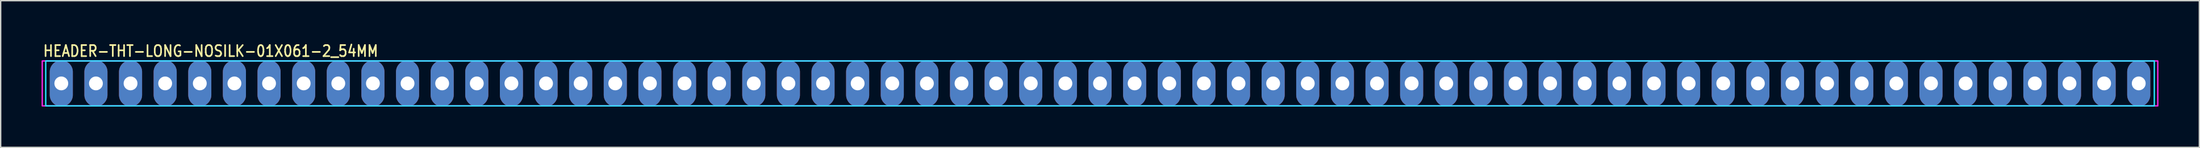
<source format=kicad_pcb>
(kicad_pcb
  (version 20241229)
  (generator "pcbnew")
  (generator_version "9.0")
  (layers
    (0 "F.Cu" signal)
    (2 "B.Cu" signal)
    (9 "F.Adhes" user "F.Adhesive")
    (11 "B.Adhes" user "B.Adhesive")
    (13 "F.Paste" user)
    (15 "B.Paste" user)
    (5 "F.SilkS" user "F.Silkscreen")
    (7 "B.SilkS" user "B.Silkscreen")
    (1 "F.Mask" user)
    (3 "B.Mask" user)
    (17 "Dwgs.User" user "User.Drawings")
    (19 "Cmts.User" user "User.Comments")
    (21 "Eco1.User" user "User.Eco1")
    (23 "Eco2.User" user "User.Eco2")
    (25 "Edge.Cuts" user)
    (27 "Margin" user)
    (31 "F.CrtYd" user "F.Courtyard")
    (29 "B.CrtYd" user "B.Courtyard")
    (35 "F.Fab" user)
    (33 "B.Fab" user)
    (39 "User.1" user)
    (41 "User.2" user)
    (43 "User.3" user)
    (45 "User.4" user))
  (footprint "HEADER-THT-LONG-NOSILK-01X061-2_54MM"
    (layer "F.Cu")
    (at 1.447 3.079)
    (property "Reference" "HEADER-THT-LONG-NOSILK-01X061-2_54MM" (at -1.4 -1.9 0) (unlocked yes) (layer "F.SilkS") (effects (font (size 0.813 0.695) (thickness 0.122)) (justify left bottom)))
    (fp_poly (pts (xy -1.143 -1.651) (xy 153.543 -1.651) (xy 153.543 1.651) (xy -1.143 1.651)) (stroke (width 0.1) (type solid)) (fill no) (layer "B.CrtYd"))
    (fp_poly (pts (xy -1.397 -1.651) (xy 153.797 -1.651) (xy 153.797 1.651) (xy -1.397 1.651)) (stroke (width 0.1) (type solid)) (fill no) (layer "F.CrtYd"))
    (pad "1" thru_hole oval (at 0 0 90) (size 3.387 1.693) (drill 1.016) (layers "*.Cu" "*.Mask"))
    (pad "2" thru_hole oval (at 2.54 0 90) (size 3.387 1.693) (drill 1.016) (layers "*.Cu" "*.Mask"))
    (pad "3" thru_hole oval (at 5.08 0 90) (size 3.387 1.693) (drill 1.016) (layers "*.Cu" "*.Mask"))
    (pad "4" thru_hole oval (at 7.62 0 90) (size 3.387 1.693) (drill 1.016) (layers "*.Cu" "*.Mask"))
    (pad "5" thru_hole oval (at 10.16 0 90) (size 3.387 1.693) (drill 1.016) (layers "*.Cu" "*.Mask"))
    (pad "6" thru_hole oval (at 12.7 0 90) (size 3.387 1.693) (drill 1.016) (layers "*.Cu" "*.Mask"))
    (pad "7" thru_hole oval (at 15.24 0 90) (size 3.387 1.693) (drill 1.016) (layers "*.Cu" "*.Mask"))
    (pad "8" thru_hole oval (at 17.78 0 90) (size 3.387 1.693) (drill 1.016) (layers "*.Cu" "*.Mask"))
    (pad "9" thru_hole oval (at 20.32 0 90) (size 3.387 1.693) (drill 1.016) (layers "*.Cu" "*.Mask"))
    (pad "10" thru_hole oval (at 22.86 0 90) (size 3.387 1.693) (drill 1.016) (layers "*.Cu" "*.Mask"))
    (pad "11" thru_hole oval (at 25.4 0 90) (size 3.387 1.693) (drill 1.016) (layers "*.Cu" "*.Mask"))
    (pad "12" thru_hole oval (at 27.94 0 90) (size 3.387 1.693) (drill 1.016) (layers "*.Cu" "*.Mask"))
    (pad "13" thru_hole oval (at 30.48 0 90) (size 3.387 1.693) (drill 1.016) (layers "*.Cu" "*.Mask"))
    (pad "14" thru_hole oval (at 33.02 0 90) (size 3.387 1.693) (drill 1.016) (layers "*.Cu" "*.Mask"))
    (pad "15" thru_hole oval (at 35.56 0 90) (size 3.387 1.693) (drill 1.016) (layers "*.Cu" "*.Mask"))
    (pad "16" thru_hole oval (at 38.1 0 90) (size 3.387 1.693) (drill 1.016) (layers "*.Cu" "*.Mask"))
    (pad "17" thru_hole oval (at 40.64 0 90) (size 3.387 1.693) (drill 1.016) (layers "*.Cu" "*.Mask"))
    (pad "18" thru_hole oval (at 43.18 0 90) (size 3.387 1.693) (drill 1.016) (layers "*.Cu" "*.Mask"))
    (pad "19" thru_hole oval (at 45.72 0 90) (size 3.387 1.693) (drill 1.016) (layers "*.Cu" "*.Mask"))
    (pad "20" thru_hole oval (at 48.26 0 90) (size 3.387 1.693) (drill 1.016) (layers "*.Cu" "*.Mask"))
    (pad "21" thru_hole oval (at 50.8 0 90) (size 3.387 1.693) (drill 1.016) (layers "*.Cu" "*.Mask"))
    (pad "22" thru_hole oval (at 53.34 0 90) (size 3.387 1.693) (drill 1.016) (layers "*.Cu" "*.Mask"))
    (pad "23" thru_hole oval (at 55.88 0 90) (size 3.387 1.693) (drill 1.016) (layers "*.Cu" "*.Mask"))
    (pad "24" thru_hole oval (at 58.42 0 90) (size 3.387 1.693) (drill 1.016) (layers "*.Cu" "*.Mask"))
    (pad "25" thru_hole oval (at 60.96 0 90) (size 3.387 1.693) (drill 1.016) (layers "*.Cu" "*.Mask"))
    (pad "26" thru_hole oval (at 63.5 0 90) (size 3.387 1.693) (drill 1.016) (layers "*.Cu" "*.Mask"))
    (pad "27" thru_hole oval (at 66.04 0 90) (size 3.387 1.693) (drill 1.016) (layers "*.Cu" "*.Mask"))
    (pad "28" thru_hole oval (at 68.58 0 90) (size 3.387 1.693) (drill 1.016) (layers "*.Cu" "*.Mask"))
    (pad "29" thru_hole oval (at 71.12 0 90) (size 3.387 1.693) (drill 1.016) (layers "*.Cu" "*.Mask"))
    (pad "30" thru_hole oval (at 73.66 0 90) (size 3.387 1.693) (drill 1.016) (layers "*.Cu" "*.Mask"))
    (pad "31" thru_hole oval (at 76.2 0 90) (size 3.387 1.693) (drill 1.016) (layers "*.Cu" "*.Mask"))
    (pad "32" thru_hole oval (at 78.74 0 90) (size 3.387 1.693) (drill 1.016) (layers "*.Cu" "*.Mask"))
    (pad "33" thru_hole oval (at 81.28 0 90) (size 3.387 1.693) (drill 1.016) (layers "*.Cu" "*.Mask"))
    (pad "34" thru_hole oval (at 83.82 0 90) (size 3.387 1.693) (drill 1.016) (layers "*.Cu" "*.Mask"))
    (pad "35" thru_hole oval (at 86.36 0 90) (size 3.387 1.693) (drill 1.016) (layers "*.Cu" "*.Mask"))
    (pad "36" thru_hole oval (at 88.9 0 90) (size 3.387 1.693) (drill 1.016) (layers "*.Cu" "*.Mask"))
    (pad "37" thru_hole oval (at 91.44 0 90) (size 3.387 1.693) (drill 1.016) (layers "*.Cu" "*.Mask"))
    (pad "38" thru_hole oval (at 93.98 0 90) (size 3.387 1.693) (drill 1.016) (layers "*.Cu" "*.Mask"))
    (pad "39" thru_hole oval (at 96.52 0 90) (size 3.387 1.693) (drill 1.016) (layers "*.Cu" "*.Mask"))
    (pad "40" thru_hole oval (at 99.06 0 90) (size 3.387 1.693) (drill 1.016) (layers "*.Cu" "*.Mask"))
    (pad "41" thru_hole oval (at 101.6 0 90) (size 3.387 1.693) (drill 1.016) (layers "*.Cu" "*.Mask"))
    (pad "42" thru_hole oval (at 104.14 0 90) (size 3.387 1.693) (drill 1.016) (layers "*.Cu" "*.Mask"))
    (pad "43" thru_hole oval (at 106.68 0 90) (size 3.387 1.693) (drill 1.016) (layers "*.Cu" "*.Mask"))
    (pad "44" thru_hole oval (at 109.22 0 90) (size 3.387 1.693) (drill 1.016) (layers "*.Cu" "*.Mask"))
    (pad "45" thru_hole oval (at 111.76 0 90) (size 3.387 1.693) (drill 1.016) (layers "*.Cu" "*.Mask"))
    (pad "46" thru_hole oval (at 114.3 0 90) (size 3.387 1.693) (drill 1.016) (layers "*.Cu" "*.Mask"))
    (pad "47" thru_hole oval (at 116.84 0 90) (size 3.387 1.693) (drill 1.016) (layers "*.Cu" "*.Mask"))
    (pad "48" thru_hole oval (at 119.38 0 90) (size 3.387 1.693) (drill 1.016) (layers "*.Cu" "*.Mask"))
    (pad "49" thru_hole oval (at 121.92 0 90) (size 3.387 1.693) (drill 1.016) (layers "*.Cu" "*.Mask"))
    (pad "50" thru_hole oval (at 124.46 0 90) (size 3.387 1.693) (drill 1.016) (layers "*.Cu" "*.Mask"))
    (pad "51" thru_hole oval (at 127 0 90) (size 3.387 1.693) (drill 1.016) (layers "*.Cu" "*.Mask"))
    (pad "52" thru_hole oval (at 129.54 0 90) (size 3.387 1.693) (drill 1.016) (layers "*.Cu" "*.Mask"))
    (pad "53" thru_hole oval (at 132.08 0 90) (size 3.387 1.693) (drill 1.016) (layers "*.Cu" "*.Mask"))
    (pad "54" thru_hole oval (at 134.62 0 90) (size 3.387 1.693) (drill 1.016) (layers "*.Cu" "*.Mask"))
    (pad "55" thru_hole oval (at 137.16 0 90) (size 3.387 1.693) (drill 1.016) (layers "*.Cu" "*.Mask"))
    (pad "56" thru_hole oval (at 139.7 0 90) (size 3.387 1.693) (drill 1.016) (layers "*.Cu" "*.Mask"))
    (pad "57" thru_hole oval (at 142.24 0 90) (size 3.387 1.693) (drill 1.016) (layers "*.Cu" "*.Mask"))
    (pad "58" thru_hole oval (at 144.78 0 90) (size 3.387 1.693) (drill 1.016) (layers "*.Cu" "*.Mask"))
    (pad "59" thru_hole oval (at 147.32 0 90) (size 3.387 1.693) (drill 1.016) (layers "*.Cu" "*.Mask"))
    (pad "60" thru_hole oval (at 149.86 0 90) (size 3.387 1.693) (drill 1.016) (layers "*.Cu" "*.Mask"))
    (pad "61" thru_hole oval (at 152.4 0 90) (size 3.387 1.693) (drill 1.016) (layers "*.Cu" "*.Mask")))
  (gr_rect
    (start -3 -3)
    (end 158.294 7.78)
    (stroke (width 0.1) (type default))
    (fill no)
    (layer "Edge.Cuts")))
</source>
